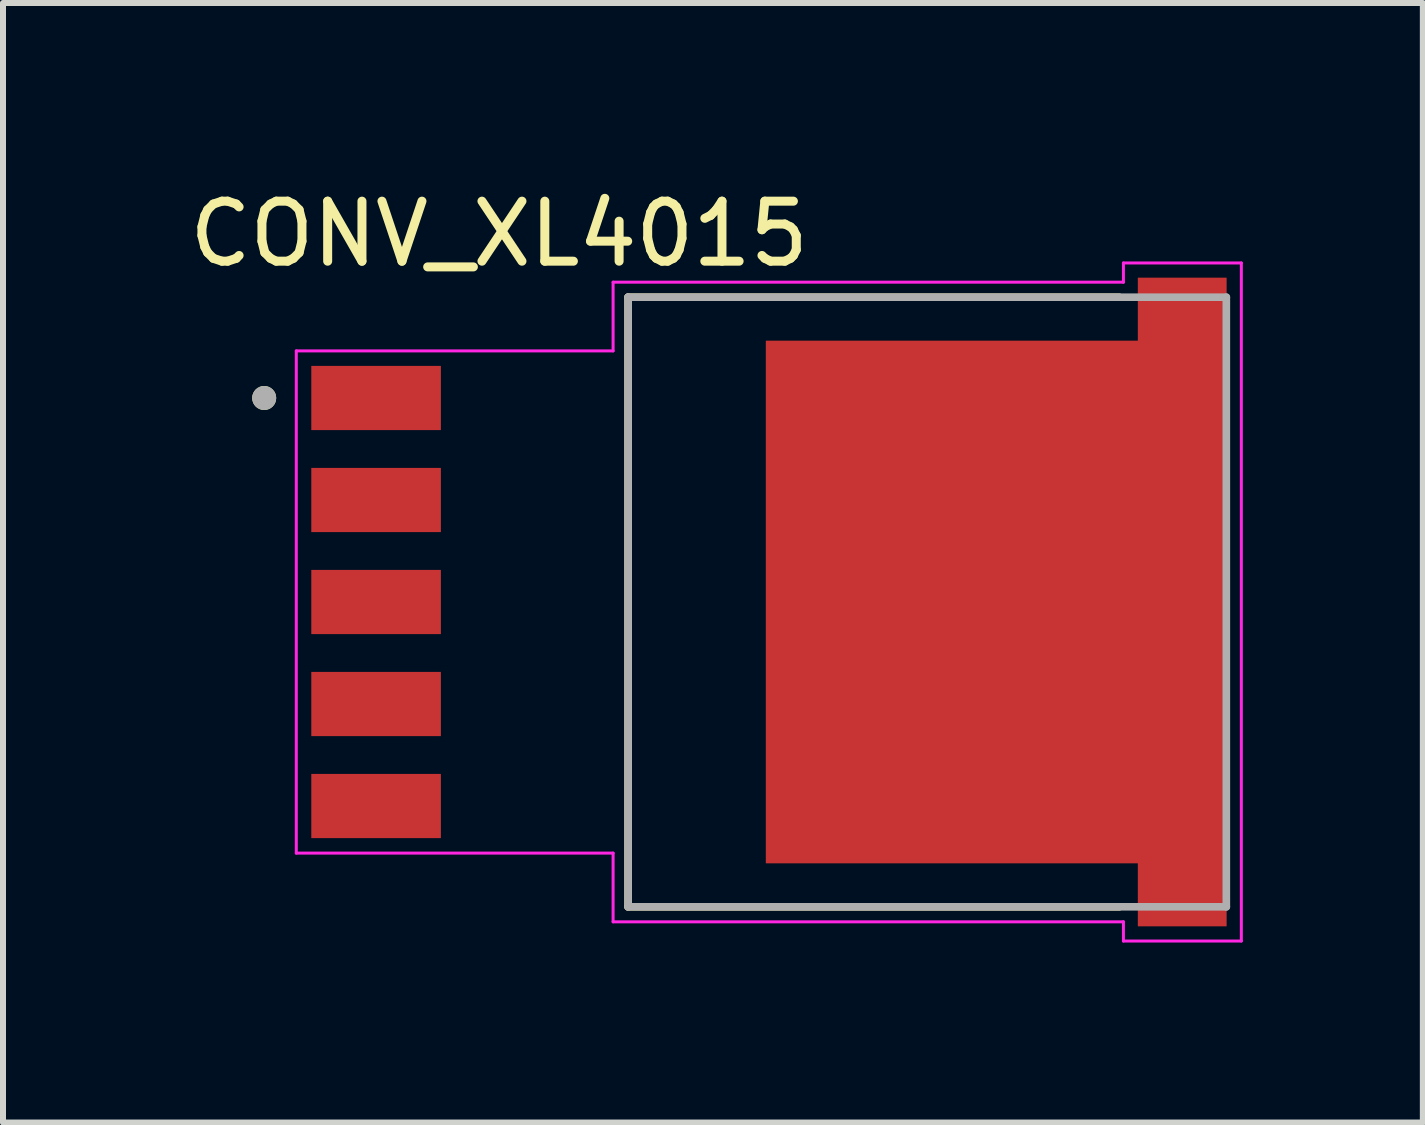
<source format=kicad_pcb>
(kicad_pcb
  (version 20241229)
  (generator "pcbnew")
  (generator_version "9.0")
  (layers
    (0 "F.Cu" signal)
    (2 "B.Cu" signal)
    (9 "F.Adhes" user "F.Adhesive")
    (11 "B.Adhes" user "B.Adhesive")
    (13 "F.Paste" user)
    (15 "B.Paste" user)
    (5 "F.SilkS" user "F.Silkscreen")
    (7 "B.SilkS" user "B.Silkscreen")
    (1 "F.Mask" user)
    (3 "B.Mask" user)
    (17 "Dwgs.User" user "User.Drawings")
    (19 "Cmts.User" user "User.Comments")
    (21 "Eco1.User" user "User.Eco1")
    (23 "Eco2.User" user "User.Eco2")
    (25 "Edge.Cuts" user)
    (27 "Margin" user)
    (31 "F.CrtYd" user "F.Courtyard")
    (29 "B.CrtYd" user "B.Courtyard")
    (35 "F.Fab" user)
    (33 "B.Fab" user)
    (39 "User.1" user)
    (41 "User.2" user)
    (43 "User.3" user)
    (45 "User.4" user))
  (footprint "CONV_XL4015"
    (layer "F.Cu")
    (at 13.553 6.983)
    (property "Reference" "CONV_XL4015" (at -8.285 -6.135 0) (layer "F.SilkS") (effects (font (size 1 1) (thickness 0.15))))
    (attr smd)
    (fp_poly (pts (xy 3.935 -5.5) (xy 2.265 -5.5) (xy 2.265 -4.45) (xy -3.935 -4.45) (xy -3.935 4.45) (xy 2.265 4.45) (xy 2.265 5.5) (xy 3.935 5.5)) (stroke (width 0.01) (type solid)) (fill yes) (layer "F.Mask"))
    (fp_line (start -6.135 -5.08) (end 2.05 -5.08) (stroke (width 0.127) (type solid)) (layer "F.SilkS"))
    (fp_line (start -6.135 5.08) (end -6.135 -5.08) (stroke (width 0.127) (type solid)) (layer "F.SilkS"))
    (fp_line (start 2.05 5.08) (end -6.135 5.08) (stroke (width 0.127) (type solid)) (layer "F.SilkS"))
    (fp_circle (center -12.2 -3.4) (end -12.1 -3.4) (stroke (width 0.2) (type solid)) (fill no) (layer "F.SilkS"))
    (fp_poly (pts (xy -3.2 -3.48) (xy -0.6 -3.48) (xy -0.6 -0.88) (xy -3.2 -0.88)) (stroke (width 0.01) (type solid)) (fill yes) (layer "F.Paste"))
    (fp_poly (pts (xy -3.2 0.88) (xy -0.6 0.88) (xy -0.6 3.48) (xy -3.2 3.48)) (stroke (width 0.01) (type solid)) (fill yes) (layer "F.Paste"))
    (fp_poly (pts (xy 0.6 -3.48) (xy 3.2 -3.48) (xy 3.2 -0.88) (xy 0.6 -0.88)) (stroke (width 0.01) (type solid)) (fill yes) (layer "F.Paste"))
    (fp_poly (pts (xy 0.6 0.88) (xy 3.2 0.88) (xy 3.2 3.48) (xy 0.6 3.48)) (stroke (width 0.01) (type solid)) (fill yes) (layer "F.Paste"))
    (fp_line (start -11.665 -4.185) (end -11.665 4.185) (stroke (width 0.05) (type solid)) (layer "F.CrtYd"))
    (fp_line (start -11.665 4.185) (end -6.385 4.185) (stroke (width 0.05) (type solid)) (layer "F.CrtYd"))
    (fp_line (start -6.385 -5.33) (end -6.385 -4.185) (stroke (width 0.05) (type solid)) (layer "F.CrtYd"))
    (fp_line (start -6.385 -4.185) (end -11.665 -4.185) (stroke (width 0.05) (type solid)) (layer "F.CrtYd"))
    (fp_line (start -6.385 4.185) (end -6.385 5.33) (stroke (width 0.05) (type solid)) (layer "F.CrtYd"))
    (fp_line (start -6.385 5.33) (end 2.12 5.33) (stroke (width 0.05) (type solid)) (layer "F.CrtYd"))
    (fp_line (start 2.12 -5.33) (end -6.385 -5.33) (stroke (width 0.05) (type solid)) (layer "F.CrtYd"))
    (fp_line (start 2.12 -5.33) (end 2.12 -5.65) (stroke (width 0.05) (type solid)) (layer "F.CrtYd"))
    (fp_line (start 2.12 5.65) (end 2.12 5.33) (stroke (width 0.05) (type solid)) (layer "F.CrtYd"))
    (fp_line (start 4.085 -5.65) (end 2.12 -5.65) (stroke (width 0.05) (type solid)) (layer "F.CrtYd"))
    (fp_line (start 4.085 -5.65) (end 4.085 5.65) (stroke (width 0.05) (type solid)) (layer "F.CrtYd"))
    (fp_line (start 4.085 5.65) (end 2.12 5.65) (stroke (width 0.05) (type solid)) (layer "F.CrtYd"))
    (fp_line (start -6.135 -5.08) (end 3.835 -5.08) (stroke (width 0.127) (type solid)) (layer "F.Fab"))
    (fp_line (start -6.135 5.08) (end -6.135 -5.08) (stroke (width 0.127) (type solid)) (layer "F.Fab"))
    (fp_line (start 3.835 -5.08) (end 3.835 5.08) (stroke (width 0.127) (type solid)) (layer "F.Fab"))
    (fp_line (start 3.835 5.08) (end -6.135 5.08) (stroke (width 0.127) (type solid)) (layer "F.Fab"))
    (fp_circle (center -12.2 -3.4) (end -12.1 -3.4) (stroke (width 0.2) (type solid)) (fill no) (layer "F.Fab"))
    (pad "1" smd rect (at -10.335 -3.4 270) (size 1.07 2.16) (layers "F.Cu" "F.Mask" "F.Paste"))
    (pad "2" smd rect (at -10.335 -1.7 270) (size 1.07 2.16) (layers "F.Cu" "F.Mask" "F.Paste"))
    (pad "3" smd rect (at -10.335 0 270) (size 1.07 2.16) (layers "F.Cu" "F.Mask" "F.Paste"))
    (pad "3.1" smd custom (at 0 0) (size 1.27 0.635) (layers "F.Cu") (options (anchor rect)) (primitives (gr_poly (pts (xy 3.835 -5.4) (xy 2.365 -5.4) (xy 2.365 -4.35) (xy -3.835 -4.35) (xy -3.835 4.35) (xy 2.365 4.35) (xy 2.365 5.4) (xy 3.835 5.4)) (width 0.01) (fill yes))))
    (pad "4" smd rect (at -10.335 1.7 270) (size 1.07 2.16) (layers "F.Cu" "F.Mask" "F.Paste"))
    (pad "5" smd rect (at -10.335 3.4 270) (size 1.07 2.16) (layers "F.Cu" "F.Mask" "F.Paste")))
  (gr_rect
    (start -3 -3)
    (end 20.663 15.658)
    (stroke (width 0.1) (type default))
    (fill no)
    (layer "Edge.Cuts")))
</source>
